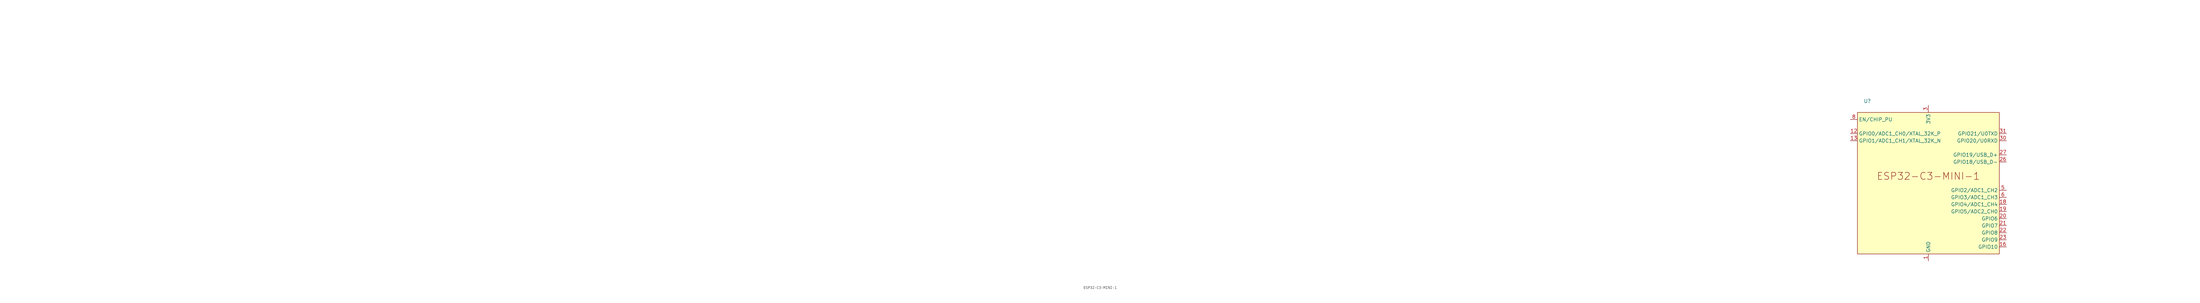
<source format=kicad_sym>
(kicad_symbol_lib
  (version 20241209)
  (generator "kicad_symbol_editor")
  (generator_version "9.0")
  (symbol "ESP32-C3-MINI-1"
    (property "Reference" "U"
      (at -21.844 29.464 0)
      (effects (font (size 1.27 1.27))))
    (property "Value" ""
      (at -621.03 53.34 0)
      (effects (font (size 1.27 1.27))))
    (symbol "ESP32-C3-MINI-1_0_0"
      (text "ESP32-C3-MINI-1" (at 0 2.54 0) (effects (font (size 2.54 2.54)))))
    (symbol "ESP32-C3-MINI-1_0_1"
      (rectangle (start -25.4 25.4) (end 25.4 -25.4) (stroke (width 0) (type default)) (fill (type background))))
    (symbol "ESP32-C3-MINI-1_1_1"
      (pin input line (at -27.94 22.86 0) (length 2.54) (name "EN/CHIP_PU" (effects (font (size 1.27 1.27)))) (number "8" (effects (font (size 1.27 1.27)))))
      (pin bidirectional line (at -27.94 17.78 0) (length 2.54) (name "GPIO0/ADC1_CH0/XTAL_32K_P" (effects (font (size 1.27 1.27)))) (number "12" (effects (font (size 1.27 1.27)))))
      (pin bidirectional line (at -27.94 15.24 0) (length 2.54) (name "GPIO1/ADC1_CH1/XTAL_32K_N" (effects (font (size 1.27 1.27)))) (number "13" (effects (font (size 1.27 1.27)))))
      (pin no_connect line (at -25.4 10.16 0) (length 2.54) (hide yes) (name "NC" (effects (font (size 1.27 1.27)))) (number "4" (effects (font (size 1.27 1.27)))))
      (pin no_connect line (at -25.4 7.62 0) (length 2.54) (hide yes) (name "NC" (effects (font (size 1.27 1.27)))) (number "7" (effects (font (size 1.27 1.27)))))
      (pin no_connect line (at -25.4 5.08 0) (length 2.54) (hide yes) (name "NC" (effects (font (size 1.27 1.27)))) (number "9" (effects (font (size 1.27 1.27)))))
      (pin no_connect line (at -25.4 2.54 0) (length 2.54) (hide yes) (name "NC" (effects (font (size 1.27 1.27)))) (number "10" (effects (font (size 1.27 1.27)))))
      (pin no_connect line (at -25.4 0 0) (length 2.54) (hide yes) (name "NC" (effects (font (size 1.27 1.27)))) (number "15" (effects (font (size 1.27 1.27)))))
      (pin no_connect line (at -25.4 -2.54 0) (length 2.54) (hide yes) (name "NC" (effects (font (size 1.27 1.27)))) (number "17" (effects (font (size 1.27 1.27)))))
      (pin no_connect line (at -25.4 -5.08 0) (length 2.54) (hide yes) (name "NC" (effects (font (size 1.27 1.27)))) (number "24" (effects (font (size 1.27 1.27)))))
      (pin no_connect line (at -25.4 -7.62 0) (length 2.54) (hide yes) (name "NC" (effects (font (size 1.27 1.27)))) (number "25" (effects (font (size 1.27 1.27)))))
      (pin no_connect line (at -25.4 -10.16 0) (length 2.54) (hide yes) (name "NC" (effects (font (size 1.27 1.27)))) (number "28" (effects (font (size 1.27 1.27)))))
      (pin no_connect line (at -25.4 -12.7 0) (length 2.54) (hide yes) (name "NC" (effects (font (size 1.27 1.27)))) (number "29" (effects (font (size 1.27 1.27)))))
      (pin no_connect line (at -25.4 -15.24 0) (length 2.54) (hide yes) (name "NC" (effects (font (size 1.27 1.27)))) (number "32" (effects (font (size 1.27 1.27)))))
      (pin no_connect line (at -25.4 -17.78 0) (length 2.54) (hide yes) (name "NC" (effects (font (size 1.27 1.27)))) (number "33" (effects (font (size 1.27 1.27)))))
      (pin no_connect line (at -25.4 -20.32 0) (length 2.54) (hide yes) (name "NC" (effects (font (size 1.27 1.27)))) (number "34" (effects (font (size 1.27 1.27)))))
      (pin no_connect line (at -25.4 -22.86 0) (length 2.54) (hide yes) (name "NC" (effects (font (size 1.27 1.27)))) (number "35" (effects (font (size 1.27 1.27)))))
      (pin power_in line (at 0 27.94 270) (length 2.54) (name "3V3" (effects (font (size 1.27 1.27)))) (number "3" (effects (font (size 1.27 1.27)))))
      (pin power_in line (at 0 -27.94 90) (length 2.54) (name "GND" (effects (font (size 1.27 1.27)))) (number "1" (effects (font (size 1.27 1.27)))))
      (pin passive line (at 0 -27.94 90) (length 2.54) (hide yes) (name "GND" (effects (font (size 1.27 1.27)))) (number "11" (effects (font (size 1.27 1.27)))))
      (pin passive line (at 0 -27.94 90) (length 2.54) (hide yes) (name "GND" (effects (font (size 1.27 1.27)))) (number "14" (effects (font (size 1.27 1.27)))))
      (pin passive line (at 0 -27.94 90) (length 2.54) (hide yes) (name "GND" (effects (font (size 1.27 1.27)))) (number "2" (effects (font (size 1.27 1.27)))))
      (pin passive line (at 0 -27.94 90) (length 2.54) (hide yes) (name "GND" (effects (font (size 1.27 1.27)))) (number "36" (effects (font (size 1.27 1.27)))))
      (pin passive line (at 0 -27.94 90) (length 2.54) (hide yes) (name "GND" (effects (font (size 1.27 1.27)))) (number "37" (effects (font (size 1.27 1.27)))))
      (pin passive line (at 0 -27.94 90) (length 2.54) (hide yes) (name "GND" (effects (font (size 1.27 1.27)))) (number "38" (effects (font (size 1.27 1.27)))))
      (pin passive line (at 0 -27.94 90) (length 2.54) (hide yes) (name "GND" (effects (font (size 1.27 1.27)))) (number "39" (effects (font (size 1.27 1.27)))))
      (pin passive line (at 0 -27.94 90) (length 2.54) (hide yes) (name "GND" (effects (font (size 1.27 1.27)))) (number "40" (effects (font (size 1.27 1.27)))))
      (pin passive line (at 0 -27.94 90) (length 2.54) (hide yes) (name "GND" (effects (font (size 1.27 1.27)))) (number "41" (effects (font (size 1.27 1.27)))))
      (pin passive line (at 0 -27.94 90) (length 2.54) (hide yes) (name "GND" (effects (font (size 1.27 1.27)))) (number "42" (effects (font (size 1.27 1.27)))))
      (pin passive line (at 0 -27.94 90) (length 2.54) (hide yes) (name "GND" (effects (font (size 1.27 1.27)))) (number "43" (effects (font (size 1.27 1.27)))))
      (pin passive line (at 0 -27.94 90) (length 2.54) (hide yes) (name "GND" (effects (font (size 1.27 1.27)))) (number "44" (effects (font (size 1.27 1.27)))))
      (pin passive line (at 0 -27.94 90) (length 2.54) (hide yes) (name "GND" (effects (font (size 1.27 1.27)))) (number "45" (effects (font (size 1.27 1.27)))))
      (pin passive line (at 0 -27.94 90) (length 2.54) (hide yes) (name "GND" (effects (font (size 1.27 1.27)))) (number "46" (effects (font (size 1.27 1.27)))))
      (pin passive line (at 0 -27.94 90) (length 2.54) (hide yes) (name "GND" (effects (font (size 1.27 1.27)))) (number "47" (effects (font (size 1.27 1.27)))))
      (pin passive line (at 0 -27.94 90) (length 2.54) (hide yes) (name "GND" (effects (font (size 1.27 1.27)))) (number "48" (effects (font (size 1.27 1.27)))))
      (pin passive line (at 0 -27.94 90) (length 2.54) (hide yes) (name "GND" (effects (font (size 1.27 1.27)))) (number "49" (effects (font (size 1.27 1.27)))))
      (pin passive line (at 0 -27.94 90) (length 2.54) (hide yes) (name "GND" (effects (font (size 1.27 1.27)))) (number "50" (effects (font (size 1.27 1.27)))))
      (pin passive line (at 0 -27.94 90) (length 2.54) (hide yes) (name "GND" (effects (font (size 1.27 1.27)))) (number "51" (effects (font (size 1.27 1.27)))))
      (pin passive line (at 0 -27.94 90) (length 2.54) (hide yes) (name "GND" (effects (font (size 1.27 1.27)))) (number "52" (effects (font (size 1.27 1.27)))))
      (pin passive line (at 0 -27.94 90) (length 2.54) (hide yes) (name "GND" (effects (font (size 1.27 1.27)))) (number "53" (effects (font (size 1.27 1.27)))))
      (pin bidirectional line (at 27.94 17.78 180) (length 2.54) (name "GPIO21/U0TXD" (effects (font (size 1.27 1.27)))) (number "31" (effects (font (size 1.27 1.27)))))
      (pin bidirectional line (at 27.94 15.24 180) (length 2.54) (name "GPIO20/U0RXD" (effects (font (size 1.27 1.27)))) (number "30" (effects (font (size 1.27 1.27)))))
      (pin bidirectional line (at 27.94 10.16 180) (length 2.54) (name "GPIO19/USB_D+" (effects (font (size 1.27 1.27)))) (number "27" (effects (font (size 1.27 1.27)))))
      (pin bidirectional line (at 27.94 7.62 180) (length 2.54) (name "GPIO18/USB_D-" (effects (font (size 1.27 1.27)))) (number "26" (effects (font (size 1.27 1.27)))))
      (pin bidirectional line (at 27.94 -2.54 180) (length 2.54) (name "GPIO2/ADC1_CH2" (effects (font (size 1.27 1.27)))) (number "5" (effects (font (size 1.27 1.27)))))
      (pin bidirectional line (at 27.94 -5.08 180) (length 2.54) (name "GPIO3/ADC1_CH3" (effects (font (size 1.27 1.27)))) (number "6" (effects (font (size 1.27 1.27)))))
      (pin bidirectional line (at 27.94 -7.62 180) (length 2.54) (name "GPIO4/ADC1_CH4" (effects (font (size 1.27 1.27)))) (number "18" (effects (font (size 1.27 1.27)))))
      (pin bidirectional line (at 27.94 -10.16 180) (length 2.54) (name "GPIO5/ADC2_CH0" (effects (font (size 1.27 1.27)))) (number "19" (effects (font (size 1.27 1.27)))))
      (pin bidirectional line (at 27.94 -12.7 180) (length 2.54) (name "GPIO6" (effects (font (size 1.27 1.27)))) (number "20" (effects (font (size 1.27 1.27)))))
      (pin bidirectional line (at 27.94 -15.24 180) (length 2.54) (name "GPIO7" (effects (font (size 1.27 1.27)))) (number "21" (effects (font (size 1.27 1.27)))))
      (pin bidirectional line (at 27.94 -17.78 180) (length 2.54) (name "GPIO8" (effects (font (size 1.27 1.27)))) (number "22" (effects (font (size 1.27 1.27)))))
      (pin bidirectional line (at 27.94 -20.32 180) (length 2.54) (name "GPIO9" (effects (font (size 1.27 1.27)))) (number "23" (effects (font (size 1.27 1.27)))))
      (pin bidirectional line (at 27.94 -22.86 180) (length 2.54) (name "GPIO10" (effects (font (size 1.27 1.27)))) (number "16" (effects (font (size 1.27 1.27))))))))
</source>
